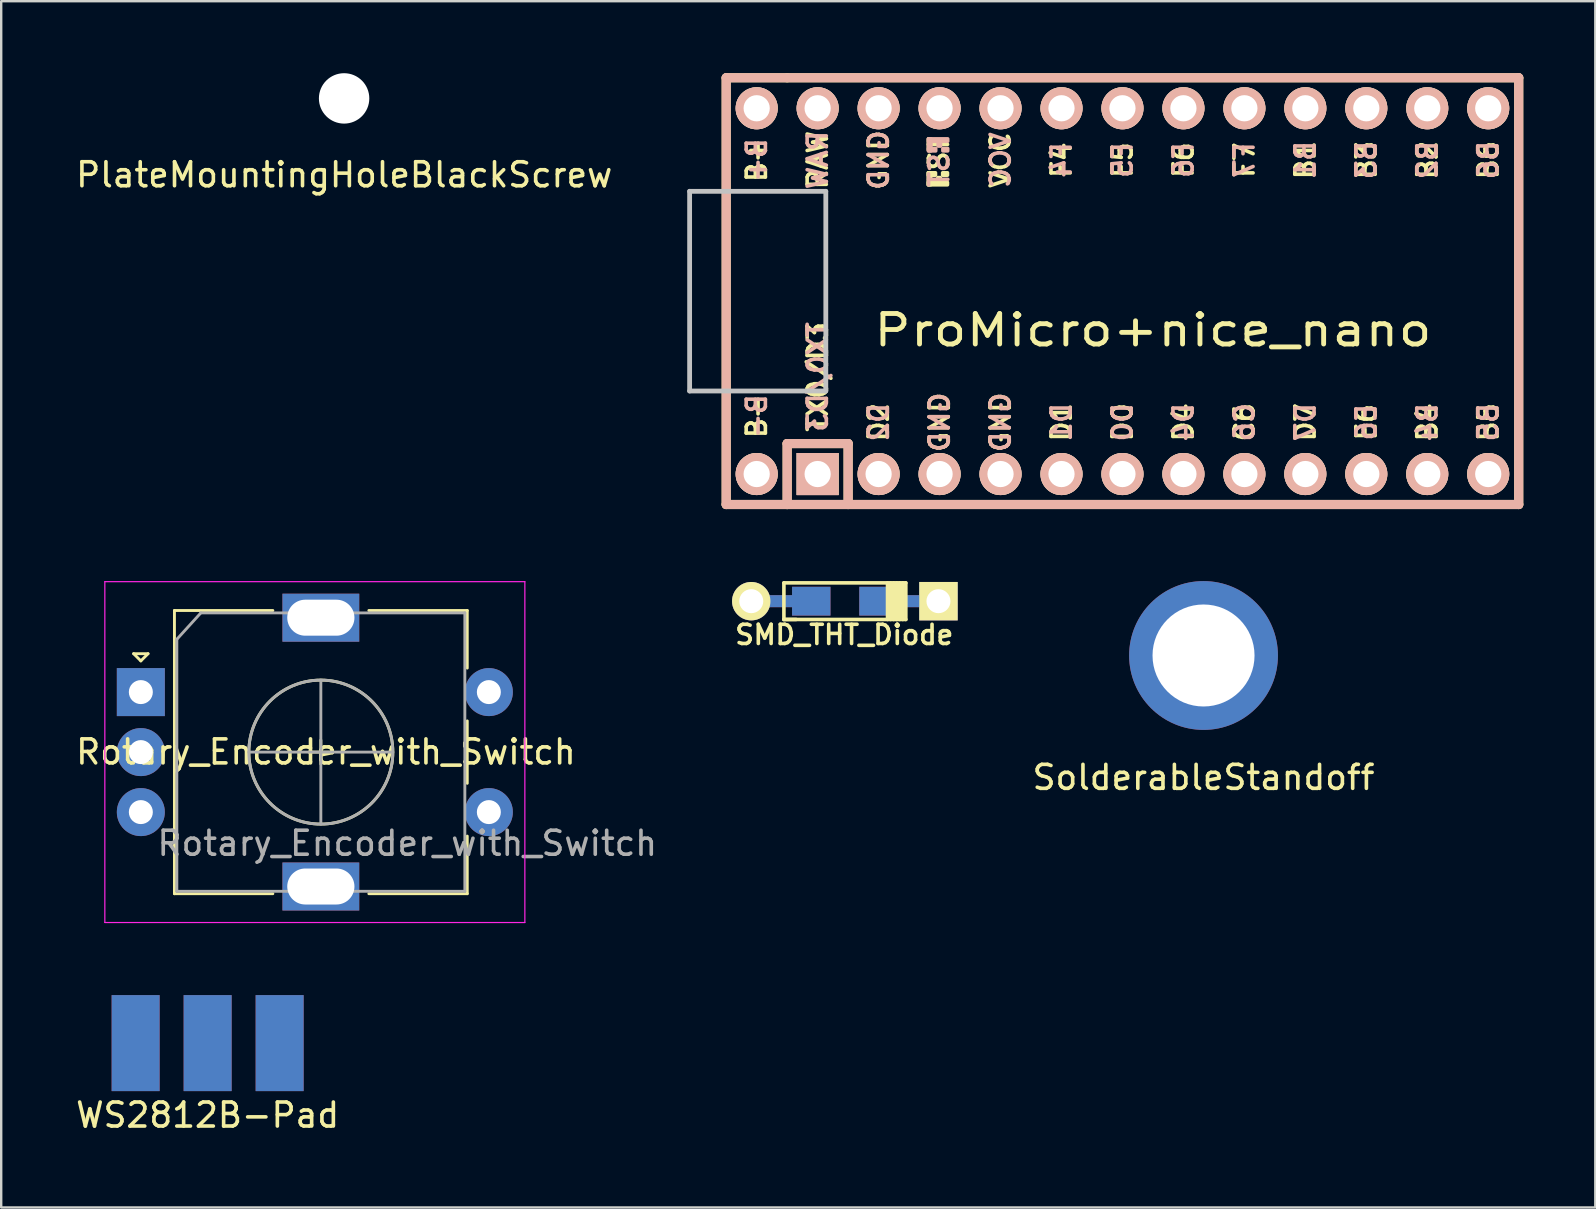
<source format=kicad_pcb>
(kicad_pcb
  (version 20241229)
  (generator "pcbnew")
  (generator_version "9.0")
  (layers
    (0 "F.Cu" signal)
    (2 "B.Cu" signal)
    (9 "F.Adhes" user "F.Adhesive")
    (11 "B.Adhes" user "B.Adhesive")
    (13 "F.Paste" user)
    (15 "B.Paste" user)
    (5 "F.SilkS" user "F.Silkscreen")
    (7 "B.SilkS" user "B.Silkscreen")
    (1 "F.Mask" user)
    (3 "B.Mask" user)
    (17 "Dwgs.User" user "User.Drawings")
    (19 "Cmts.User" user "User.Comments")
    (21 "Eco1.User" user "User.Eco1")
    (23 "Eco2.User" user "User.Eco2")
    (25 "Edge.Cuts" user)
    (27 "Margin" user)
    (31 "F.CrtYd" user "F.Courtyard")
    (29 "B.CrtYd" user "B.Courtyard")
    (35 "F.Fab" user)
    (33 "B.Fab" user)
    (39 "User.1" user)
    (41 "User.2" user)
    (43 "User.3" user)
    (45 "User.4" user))
  (footprint "ProMicro+nice_nano"
    (layer "F.Cu")
    (at 44.987 9.081)
    (property "Reference" "ProMicro+nice_nano" (at 0 1.625 0) (layer "F.SilkS") (effects (font (size 1.27 1.524) (thickness 0.203))))
    (attr through_hole)
    (fp_line (start -17.78 -8.89) (end -17.78 8.89) (stroke (width 0.381) (type solid)) (layer "F.SilkS"))
    (fp_line (start -17.78 8.89) (end -15.24 8.89) (stroke (width 0.381) (type solid)) (layer "F.SilkS"))
    (fp_line (start -15.24 -8.89) (end -17.78 -8.89) (stroke (width 0.381) (type solid)) (layer "F.SilkS"))
    (fp_line (start -15.24 6.35) (end -15.24 8.89) (stroke (width 0.381) (type solid)) (layer "F.SilkS"))
    (fp_line (start -15.24 6.35) (end -12.7 6.35) (stroke (width 0.381) (type solid)) (layer "F.SilkS"))
    (fp_line (start -15.24 8.89) (end 15.24 8.89) (stroke (width 0.381) (type solid)) (layer "F.SilkS"))
    (fp_line (start -12.7 6.35) (end -12.7 8.89) (stroke (width 0.381) (type solid)) (layer "F.SilkS"))
    (fp_line (start 15.24 -8.89) (end -15.24 -8.89) (stroke (width 0.381) (type solid)) (layer "F.SilkS"))
    (fp_line (start 15.24 8.89) (end 15.24 -8.89) (stroke (width 0.381) (type solid)) (layer "F.SilkS"))
    (fp_poly (pts (xy -9.361 -4.932) (xy -9.261 -4.932) (xy -9.261 -4.432) (xy -9.361 -4.432)) (stroke (width 0.15) (type solid)) (fill yes) (layer "F.SilkS"))
    (fp_poly (pts (xy -9.361 -4.932) (xy -9.061 -4.932) (xy -9.061 -4.832) (xy -9.361 -4.832)) (stroke (width 0.15) (type solid)) (fill yes) (layer "F.SilkS"))
    (fp_poly (pts (xy -9.361 -4.532) (xy -8.561 -4.532) (xy -8.561 -4.432) (xy -9.361 -4.432)) (stroke (width 0.15) (type solid)) (fill yes) (layer "F.SilkS"))
    (fp_poly (pts (xy -8.961 -4.732) (xy -8.861 -4.732) (xy -8.861 -4.632) (xy -8.961 -4.632)) (stroke (width 0.15) (type solid)) (fill yes) (layer "F.SilkS"))
    (fp_poly (pts (xy -8.761 -4.932) (xy -8.561 -4.932) (xy -8.561 -4.832) (xy -8.761 -4.832)) (stroke (width 0.15) (type solid)) (fill yes) (layer "F.SilkS"))
    (fp_line (start -17.78 -8.89) (end -17.78 8.89) (stroke (width 0.381) (type solid)) (layer "B.SilkS"))
    (fp_line (start -17.78 8.89) (end 15.24 8.89) (stroke (width 0.381) (type solid)) (layer "B.SilkS"))
    (fp_line (start -15.24 6.35) (end -15.24 8.89) (stroke (width 0.381) (type solid)) (layer "B.SilkS"))
    (fp_line (start -15.24 6.35) (end -12.7 6.35) (stroke (width 0.381) (type solid)) (layer "B.SilkS"))
    (fp_line (start -12.7 6.35) (end -12.7 8.89) (stroke (width 0.381) (type solid)) (layer "B.SilkS"))
    (fp_line (start 15.24 -8.89) (end -17.78 -8.89) (stroke (width 0.381) (type solid)) (layer "B.SilkS"))
    (fp_line (start 15.24 8.89) (end 15.24 -8.89) (stroke (width 0.381) (type solid)) (layer "B.SilkS"))
    (fp_poly (pts (xy -9.351 -6.245) (xy -8.551 -6.245) (xy -8.551 -6.345) (xy -9.351 -6.345)) (stroke (width 0.15) (type solid)) (fill yes) (layer "B.SilkS"))
    (fp_poly (pts (xy -9.351 -5.845) (xy -9.251 -5.845) (xy -9.251 -6.345) (xy -9.351 -6.345)) (stroke (width 0.15) (type solid)) (fill yes) (layer "B.SilkS"))
    (fp_poly (pts (xy -9.351 -5.845) (xy -9.051 -5.845) (xy -9.051 -5.945) (xy -9.351 -5.945)) (stroke (width 0.15) (type solid)) (fill yes) (layer "B.SilkS"))
    (fp_poly (pts (xy -8.951 -6.045) (xy -8.851 -6.045) (xy -8.851 -6.145) (xy -8.951 -6.145)) (stroke (width 0.15) (type solid)) (fill yes) (layer "B.SilkS"))
    (fp_poly (pts (xy -8.751 -5.845) (xy -8.551 -5.845) (xy -8.551 -5.945) (xy -8.751 -5.945)) (stroke (width 0.15) (type solid)) (fill yes) (layer "B.SilkS"))
    (fp_line (start -19.304 -4.16) (end -13.63 -4.16) (stroke (width 0.2) (type solid)) (layer "Dwgs.User"))
    (fp_line (start -19.304 4.16) (end -19.304 -4.16) (stroke (width 0.2) (type solid)) (layer "Dwgs.User"))
    (fp_line (start -13.63 -4.16) (end -13.63 4.16) (stroke (width 0.2) (type solid)) (layer "Dwgs.User"))
    (fp_line (start -13.63 4.16) (end -19.304 4.16) (stroke (width 0.2) (type solid)) (layer "Dwgs.User"))
    (fp_text user "RAW" (at -13.97 -5.461 90) (layer "F.SilkS") (effects (font (size 0.8 0.8) (thickness 0.15))))
    (fp_text user "D2" (at -11.43 5.461 90) (layer "F.SilkS") (effects (font (size 0.8 0.8) (thickness 0.15))))
    (fp_text user "C6" (at 3.81 5.461 90) (layer "F.SilkS") (effects (font (size 0.8 0.8) (thickness 0.15))))
    (fp_text user "B3" (at 8.89 -5.461 90) (layer "F.SilkS") (effects (font (size 0.8 0.8) (thickness 0.15))))
    (fp_text user "D4" (at 1.27 5.461 90) (layer "F.SilkS") (effects (font (size 0.8 0.8) (thickness 0.15))))
    (fp_text user "D0" (at -1.27 5.461 90) (layer "F.SilkS") (effects (font (size 0.8 0.8) (thickness 0.15))))
    (fp_text user "B1" (at 6.35 -5.461 90) (layer "F.SilkS") (effects (font (size 0.8 0.8) (thickness 0.15))))
    (fp_text user "B2" (at 11.43 -5.461 90) (layer "F.SilkS") (effects (font (size 0.8 0.8) (thickness 0.15))))
    (fp_text user "GND" (at -8.89 5.461 90) (layer "F.SilkS") (effects (font (size 0.8 0.8) (thickness 0.15))))
    (fp_text user "GND" (at -6.35 5.461 90) (layer "F.SilkS") (effects (font (size 0.8 0.8) (thickness 0.15))))
    (fp_text user "F7" (at 3.81 -5.461 90) (layer "F.SilkS") (effects (font (size 0.8 0.8) (thickness 0.15))))
    (fp_text user "E6" (at 8.89 5.461 90) (layer "F.SilkS") (effects (font (size 0.8 0.8) (thickness 0.15))))
    (fp_text user "ST" (at -8.92 -5.733 90) (layer "F.SilkS") (effects (font (size 0.8 0.8) (thickness 0.15))))
    (fp_text user "F5" (at -1.27 -5.461 90) (layer "F.SilkS") (effects (font (size 0.8 0.8) (thickness 0.15))))
    (fp_text user "B4" (at 11.43 5.461 90) (layer "F.SilkS") (effects (font (size 0.8 0.8) (thickness 0.15))))
    (fp_text user "D1" (at -3.81 5.461 90) (layer "F.SilkS") (effects (font (size 0.8 0.8) (thickness 0.15))))
    (fp_text user "B-" (at -16.51 5.207 90) (layer "F.SilkS") (effects (font (size 0.8 0.8) (thickness 0.15))))
    (fp_text user "VCC" (at -6.35 -5.461 90) (layer "F.SilkS") (effects (font (size 0.8 0.8) (thickness 0.15))))
    (fp_text user "B6" (at 13.97 -5.461 90) (layer "F.SilkS") (effects (font (size 0.8 0.8) (thickness 0.15))))
    (fp_text user "D7" (at 6.35 5.461 90) (layer "F.SilkS") (effects (font (size 0.8 0.8) (thickness 0.15))))
    (fp_text user "F4" (at -3.81 -5.461 90) (layer "F.SilkS") (effects (font (size 0.8 0.8) (thickness 0.15))))
    (fp_text user "B5" (at 13.97 5.461 90) (layer "F.SilkS") (effects (font (size 0.8 0.8) (thickness 0.15))))
    (fp_text user "F6" (at 1.27 -5.461 90) (layer "F.SilkS") (effects (font (size 0.8 0.8) (thickness 0.15))))
    (fp_text user "GND" (at -11.43 -5.461 90) (layer "F.SilkS") (effects (font (size 0.8 0.8) (thickness 0.15))))
    (fp_text user "B+" (at -16.51 -5.461 90) (layer "F.SilkS") (effects (font (size 0.8 0.8) (thickness 0.15))))
    (fp_text user "TX0/D3" (at -13.97 3.572 90) (layer "F.SilkS") (effects (font (size 0.8 0.8) (thickness 0.15))))
    (fp_text user "D1" (at -3.81 5.461 90) (layer "B.SilkS") (effects (font (size 0.8 0.8) (thickness 0.15)) (justify mirror)))
    (fp_text user "GND" (at -11.43 -5.461 90) (layer "B.SilkS") (effects (font (size 0.8 0.8) (thickness 0.15)) (justify mirror)))
    (fp_text user "F5" (at -1.27 -5.461 90) (layer "B.SilkS") (effects (font (size 0.8 0.8) (thickness 0.15)) (justify mirror)))
    (fp_text user "B5" (at 13.97 5.461 90) (layer "B.SilkS") (effects (font (size 0.8 0.8) (thickness 0.15)) (justify mirror)))
    (fp_text user "B1" (at 6.35 -5.461 90) (layer "B.SilkS") (effects (font (size 0.8 0.8) (thickness 0.15)) (justify mirror)))
    (fp_text user "B4" (at 11.43 5.461 90) (layer "B.SilkS") (effects (font (size 0.8 0.8) (thickness 0.15)) (justify mirror)))
    (fp_text user "D2" (at -11.43 5.461 90) (layer "B.SilkS") (effects (font (size 0.8 0.8) (thickness 0.15)) (justify mirror)))
    (fp_text user "VCC" (at -6.35 -5.461 90) (layer "B.SilkS") (effects (font (size 0.8 0.8) (thickness 0.15)) (justify mirror)))
    (fp_text user "F6" (at 1.27 -5.461 90) (layer "B.SilkS") (effects (font (size 0.8 0.8) (thickness 0.15)) (justify mirror)))
    (fp_text user "F7" (at 3.81 -5.461 90) (layer "B.SilkS") (effects (font (size 0.8 0.8) (thickness 0.15)) (justify mirror)))
    (fp_text user "B6" (at 13.97 -5.461 90) (layer "B.SilkS") (effects (font (size 0.8 0.8) (thickness 0.15)) (justify mirror)))
    (fp_text user "B3" (at 8.89 -5.461 90) (layer "B.SilkS") (effects (font (size 0.8 0.8) (thickness 0.15)) (justify mirror)))
    (fp_text user "B2" (at 11.43 -5.461 90) (layer "B.SilkS") (effects (font (size 0.8 0.8) (thickness 0.15)) (justify mirror)))
    (fp_text user "TX0/D3" (at -13.97 3.572 90) (layer "B.SilkS") (effects (font (size 0.8 0.8) (thickness 0.15)) (justify mirror)))
    (fp_text user "F4" (at -3.81 -5.461 90) (layer "B.SilkS") (effects (font (size 0.8 0.8) (thickness 0.15)) (justify mirror)))
    (fp_text user "RAW" (at -13.97 -5.461 90) (layer "B.SilkS") (effects (font (size 0.8 0.8) (thickness 0.15)) (justify mirror)))
    (fp_text user "B+" (at -16.51 -5.461 90) (layer "B.SilkS") (effects (font (size 0.8 0.8) (thickness 0.15)) (justify mirror)))
    (fp_text user "E6" (at 8.89 5.461 90) (layer "B.SilkS") (effects (font (size 0.8 0.8) (thickness 0.15)) (justify mirror)))
    (fp_text user "D7" (at 6.35 5.461 90) (layer "B.SilkS") (effects (font (size 0.8 0.8) (thickness 0.15)) (justify mirror)))
    (fp_text user "GND" (at -8.89 5.461 90) (layer "B.SilkS") (effects (font (size 0.8 0.8) (thickness 0.15)) (justify mirror)))
    (fp_text user "D4" (at 1.27 5.461 90) (layer "B.SilkS") (effects (font (size 0.8 0.8) (thickness 0.15)) (justify mirror)))
    (fp_text user "B-" (at -16.51 5.207 90) (layer "B.SilkS") (effects (font (size 0.8 0.8) (thickness 0.15)) (justify mirror)))
    (fp_text user "GND" (at -6.35 5.461 90) (layer "B.SilkS") (effects (font (size 0.8 0.8) (thickness 0.15)) (justify mirror)))
    (fp_text user "C6" (at 3.81 5.461 90) (layer "B.SilkS") (effects (font (size 0.8 0.8) (thickness 0.15)) (justify mirror)))
    (fp_text user "D0" (at -1.27 5.461 90) (layer "B.SilkS") (effects (font (size 0.8 0.8) (thickness 0.15)) (justify mirror)))
    (fp_text user "ST" (at -8.91 -5.04 90) (layer "B.SilkS") (effects (font (size 0.8 0.8) (thickness 0.15)) (justify mirror)))
    (pad "1" thru_hole rect (at -13.97 7.62) (size 1.753 1.753) (drill 1.092) (layers "*.Cu" "*.SilkS" "*.Mask"))
    (pad "2" thru_hole circle (at -11.43 7.62) (size 1.753 1.753) (drill 1.092) (layers "*.Cu" "*.SilkS" "*.Mask"))
    (pad "3" thru_hole circle (at -8.89 7.62) (size 1.753 1.753) (drill 1.092) (layers "*.Cu" "*.SilkS" "*.Mask"))
    (pad "4" thru_hole circle (at -6.35 7.62) (size 1.753 1.753) (drill 1.092) (layers "*.Cu" "*.SilkS" "*.Mask"))
    (pad "5" thru_hole circle (at -3.81 7.62) (size 1.753 1.753) (drill 1.092) (layers "*.Cu" "*.SilkS" "*.Mask"))
    (pad "6" thru_hole circle (at -1.27 7.62) (size 1.753 1.753) (drill 1.092) (layers "*.Cu" "*.SilkS" "*.Mask"))
    (pad "7" thru_hole circle (at 1.27 7.62) (size 1.753 1.753) (drill 1.092) (layers "*.Cu" "*.SilkS" "*.Mask"))
    (pad "8" thru_hole circle (at 3.81 7.62) (size 1.753 1.753) (drill 1.092) (layers "*.Cu" "*.SilkS" "*.Mask"))
    (pad "9" thru_hole circle (at 6.35 7.62) (size 1.753 1.753) (drill 1.092) (layers "*.Cu" "*.SilkS" "*.Mask"))
    (pad "10" thru_hole circle (at 8.89 7.62) (size 1.753 1.753) (drill 1.092) (layers "*.Cu" "*.SilkS" "*.Mask"))
    (pad "11" thru_hole circle (at 11.43 7.62) (size 1.753 1.753) (drill 1.092) (layers "*.Cu" "*.SilkS" "*.Mask"))
    (pad "12" thru_hole circle (at 13.97 7.62) (size 1.753 1.753) (drill 1.092) (layers "*.Cu" "*.SilkS" "*.Mask"))
    (pad "13" thru_hole circle (at 13.97 -7.62) (size 1.753 1.753) (drill 1.092) (layers "*.Cu" "*.SilkS" "*.Mask"))
    (pad "14" thru_hole circle (at 11.43 -7.62) (size 1.753 1.753) (drill 1.092) (layers "*.Cu" "*.SilkS" "*.Mask"))
    (pad "15" thru_hole circle (at 8.89 -7.62) (size 1.753 1.753) (drill 1.092) (layers "*.Cu" "*.SilkS" "*.Mask"))
    (pad "16" thru_hole circle (at 6.35 -7.62) (size 1.753 1.753) (drill 1.092) (layers "*.Cu" "*.SilkS" "*.Mask"))
    (pad "17" thru_hole circle (at 3.81 -7.62) (size 1.753 1.753) (drill 1.092) (layers "*.Cu" "*.SilkS" "*.Mask"))
    (pad "18" thru_hole circle (at 1.27 -7.62) (size 1.753 1.753) (drill 1.092) (layers "*.Cu" "*.SilkS" "*.Mask"))
    (pad "19" thru_hole circle (at -1.27 -7.62) (size 1.753 1.753) (drill 1.092) (layers "*.Cu" "*.SilkS" "*.Mask"))
    (pad "20" thru_hole circle (at -3.81 -7.62) (size 1.753 1.753) (drill 1.092) (layers "*.Cu" "*.SilkS" "*.Mask"))
    (pad "21" thru_hole circle (at -6.35 -7.62) (size 1.753 1.753) (drill 1.092) (layers "*.Cu" "*.SilkS" "*.Mask"))
    (pad "22" thru_hole circle (at -8.89 -7.62) (size 1.753 1.753) (drill 1.092) (layers "*.Cu" "*.SilkS" "*.Mask"))
    (pad "23" thru_hole circle (at -11.43 -7.62) (size 1.753 1.753) (drill 1.092) (layers "*.Cu" "*.SilkS" "*.Mask"))
    (pad "24" thru_hole circle (at -13.97 -7.62) (size 1.753 1.753) (drill 1.092) (layers "*.Cu" "*.SilkS" "*.Mask"))
    (pad "25" thru_hole circle (at -16.51 -7.62) (size 1.753 1.753) (drill 1.092) (layers "*.Cu" "*.SilkS" "*.Mask"))
    (pad "26" thru_hole circle (at -16.51 7.62) (size 1.753 1.753) (drill 1.092) (layers "*.Cu" "*.SilkS" "*.Mask")))
  (footprint "SMD_THT_Diode"
    (layer "F.Cu")
    (at 32.151 21.998)
    (property "Reference" "SMD_THT_Diode" (at -0.025 1.4 0) (layer "F.SilkS") (effects (font (size 0.8 0.8) (thickness 0.15))))
    (attr smd)
    (fp_line (start -2.54 -0.762) (end -2.54 0.762) (stroke (width 0.15) (type solid)) (layer "F.SilkS"))
    (fp_line (start -2.54 0.762) (end -2.032 0.762) (stroke (width 0.15) (type solid)) (layer "F.SilkS"))
    (fp_line (start -2.54 0.762) (end 2.54 0.762) (stroke (width 0.15) (type solid)) (layer "F.SilkS"))
    (fp_line (start 1.778 0.762) (end 1.778 -0.762) (stroke (width 0.15) (type solid)) (layer "F.SilkS"))
    (fp_line (start 1.905 0.762) (end 1.905 -0.762) (stroke (width 0.15) (type solid)) (layer "F.SilkS"))
    (fp_line (start 2.032 -0.762) (end 2.032 0.762) (stroke (width 0.15) (type solid)) (layer "F.SilkS"))
    (fp_line (start 2.159 0.762) (end 2.159 -0.762) (stroke (width 0.15) (type solid)) (layer "F.SilkS"))
    (fp_line (start 2.286 -0.762) (end 2.286 0.762) (stroke (width 0.15) (type solid)) (layer "F.SilkS"))
    (fp_line (start 2.413 0.762) (end 2.413 -0.762) (stroke (width 0.15) (type solid)) (layer "F.SilkS"))
    (fp_line (start 2.54 -0.762) (end -2.54 -0.762) (stroke (width 0.15) (type solid)) (layer "F.SilkS"))
    (fp_line (start 2.54 0.762) (end 2.54 -0.762) (stroke (width 0.15) (type solid)) (layer "F.SilkS"))
    (pad "1" thru_hole circle (at -3.9 0) (size 1.6 1.6) (drill 1) (layers "*.Cu" "*.Mask" "F.SilkS"))
    (pad "1" smd rect (at -2.5 0) (size 2.9 0.5) (layers "F.Cu"))
    (pad "1" smd rect (at -2.5 0) (size 2.9 0.5) (layers "B.Cu"))
    (pad "1" smd rect (at -1.4 0) (size 1.6 1.2) (layers "F.Cu" "F.Mask" "F.Paste"))
    (pad "1" smd rect (at -1.4 0) (size 1.6 1.2) (layers "B.Cu" "B.Mask" "B.Paste"))
    (pad "2" smd rect (at 1.4 0) (size 1.6 1.2) (layers "F.Cu" "F.Mask" "F.Paste"))
    (pad "2" smd rect (at 1.4 0) (size 1.6 1.2) (layers "B.Cu" "B.Mask" "B.Paste"))
    (pad "2" smd rect (at 2.5 0) (size 2.9 0.5) (layers "F.Cu"))
    (pad "2" smd rect (at 2.5 0) (size 2.9 0.5) (layers "B.Cu"))
    (pad "2" thru_hole rect (at 3.9 0) (size 1.6 1.6) (drill 1) (layers "*.Cu" "*.Mask" "F.SilkS")))
  (footprint "PlateMountingHoleBlackScrew"
    (layer "F.Cu")
    (at 11.302 1.033)
    (property "Reference" "PlateMountingHoleBlackScrew" (at -0.01 3.2 0) (layer "F.SilkS") (effects (font (size 1 1) (thickness 0.15))))
    (attr through_hole)
    (pad "" np_thru_hole circle (at -0.015 0.017) (size 2.1 2.1) (drill 2.1) (layers "*.Cu" "*.Mask")))
  (footprint "WS2812B-Pad"
    (layer "F.Cu")
    (at 5.601 40.411)
    (property "Reference" "WS2812B-Pad" (at 0 3 0) (layer "F.SilkS") (effects (font (size 1 1) (thickness 0.15))))
    (attr through_hole)
    (pad "1" smd rect (at 0 0) (size 2 4) (layers "F.Cu" "F.Mask"))
    (pad "1" smd rect (at 0 0 180) (size 2 4) (layers "B.Cu" "B.Mask"))
    (pad "2" smd rect (at -3 0 180) (size 2 4) (layers "B.Cu" "B.Mask"))
    (pad "2" smd rect (at 3 0) (size 2 4) (layers "F.Cu" "F.Mask"))
    (pad "3" smd rect (at -3 0) (size 2 4) (layers "F.Cu" "F.Mask"))
    (pad "3" smd rect (at 3 0 180) (size 2 4) (layers "B.Cu" "B.Mask")))
  (footprint "SolderableStandoff"
    (layer "F.Cu")
    (at 47.095 24.261)
    (property "Reference" "SolderableStandoff" (at 0 5.08 0) (layer "F.SilkS") (effects (font (size 1 1) (thickness 0.15))))
    (attr through_hole)
    (pad "1" thru_hole circle (at 0 0) (size 6.2 6.2) (drill 4.25) (layers "*.Cu" "*.Mask")))
  (footprint "Rotary_Encoder_with_Switch"
    (layer "F.Cu")
    (at 10.318 28.286)
    (property "Reference" "Rotary_Encoder_with_Switch" (at 0.212 -0.006 0) (layer "F.SilkS") (effects (font (size 1 1) (thickness 0.15))))
    (attr through_hole)
    (fp_line (start -7.8 -4.1) (end -7.2 -4.1) (stroke (width 0.12) (type solid)) (layer "F.SilkS"))
    (fp_line (start -7.5 -3.8) (end -7.8 -4.1) (stroke (width 0.12) (type solid)) (layer "F.SilkS"))
    (fp_line (start -7.2 -4.1) (end -7.5 -3.8) (stroke (width 0.12) (type solid)) (layer "F.SilkS"))
    (fp_line (start -6.1 -5.9) (end -6.1 5.9) (stroke (width 0.12) (type solid)) (layer "F.SilkS"))
    (fp_line (start -2 -5.9) (end -6.1 -5.9) (stroke (width 0.12) (type solid)) (layer "F.SilkS"))
    (fp_line (start -2 5.9) (end -6.1 5.9) (stroke (width 0.12) (type solid)) (layer "F.SilkS"))
    (fp_line (start -0.5 0) (end 0.5 0) (stroke (width 0.12) (type solid)) (layer "F.SilkS"))
    (fp_line (start 0 -0.5) (end 0 0.5) (stroke (width 0.12) (type solid)) (layer "F.SilkS"))
    (fp_line (start 2 -5.9) (end 6.1 -5.9) (stroke (width 0.12) (type solid)) (layer "F.SilkS"))
    (fp_line (start 6.1 -5.9) (end 6.1 -3.5) (stroke (width 0.12) (type solid)) (layer "F.SilkS"))
    (fp_line (start 6.1 -1.3) (end 6.1 1.3) (stroke (width 0.12) (type solid)) (layer "F.SilkS"))
    (fp_line (start 6.1 3.5) (end 6.1 5.9) (stroke (width 0.12) (type solid)) (layer "F.SilkS"))
    (fp_line (start 6.1 5.9) (end 2 5.9) (stroke (width 0.12) (type solid)) (layer "F.SilkS"))
    (fp_circle (center 0 0) (end 3 0) (stroke (width 0.12) (type solid)) (fill no) (layer "F.SilkS"))
    (fp_line (start -9 -7.1) (end -9 7.1) (stroke (width 0.05) (type solid)) (layer "F.CrtYd"))
    (fp_line (start -9 -7.1) (end 8.5 -7.1) (stroke (width 0.05) (type solid)) (layer "F.CrtYd"))
    (fp_line (start 8.5 7.1) (end -9 7.1) (stroke (width 0.05) (type solid)) (layer "F.CrtYd"))
    (fp_line (start 8.5 7.1) (end 8.5 -7.1) (stroke (width 0.05) (type solid)) (layer "F.CrtYd"))
    (fp_line (start -6 -4.7) (end -5 -5.8) (stroke (width 0.12) (type solid)) (layer "F.Fab"))
    (fp_line (start -6 5.8) (end -6 -4.7) (stroke (width 0.12) (type solid)) (layer "F.Fab"))
    (fp_line (start -5 -5.8) (end 6 -5.8) (stroke (width 0.12) (type solid)) (layer "F.Fab"))
    (fp_line (start -3 0) (end 3 0) (stroke (width 0.12) (type solid)) (layer "F.Fab"))
    (fp_line (start 0 -3) (end 0 3) (stroke (width 0.12) (type solid)) (layer "F.Fab"))
    (fp_line (start 6 -5.8) (end 6 5.8) (stroke (width 0.12) (type solid)) (layer "F.Fab"))
    (fp_line (start 6 5.8) (end -6 5.8) (stroke (width 0.12) (type solid)) (layer "F.Fab"))
    (fp_circle (center 0 0) (end 3 0) (stroke (width 0.12) (type solid)) (fill no) (layer "F.Fab"))
    (fp_text user "${REFERENCE}" (at 3.6 3.8 0) (layer "F.Fab") (effects (font (size 1 1) (thickness 0.15))))
    (pad "A" thru_hole rect (at -7.5 -2.5) (size 2 2) (drill 1) (layers "*.Cu" "*.Mask"))
    (pad "B" thru_hole circle (at -7.5 2.5) (size 2 2) (drill 1) (layers "*.Cu" "*.Mask"))
    (pad "C" thru_hole circle (at -7.5 0) (size 2 2) (drill 1) (layers "*.Cu" "*.Mask"))
    (pad "MP" thru_hole rect (at 0 -5.6) (size 3.2 2) (drill oval 2.8 1.5) (layers "*.Cu" "*.Mask"))
    (pad "MP" thru_hole rect (at 0 5.6) (size 3.2 2) (drill oval 2.8 1.5) (layers "*.Cu" "*.Mask"))
    (pad "S1" thru_hole circle (at 7 2.5) (size 2 2) (drill 1) (layers "*.Cu" "*.Mask"))
    (pad "S2" thru_hole circle (at 7 -2.5) (size 2 2) (drill 1) (layers "*.Cu" "*.Mask")))
  (gr_rect
    (start -3 -3)
    (end 63.418 47.259)
    (stroke (width 0.1) (type default))
    (fill no)
    (layer "Edge.Cuts")))
</source>
